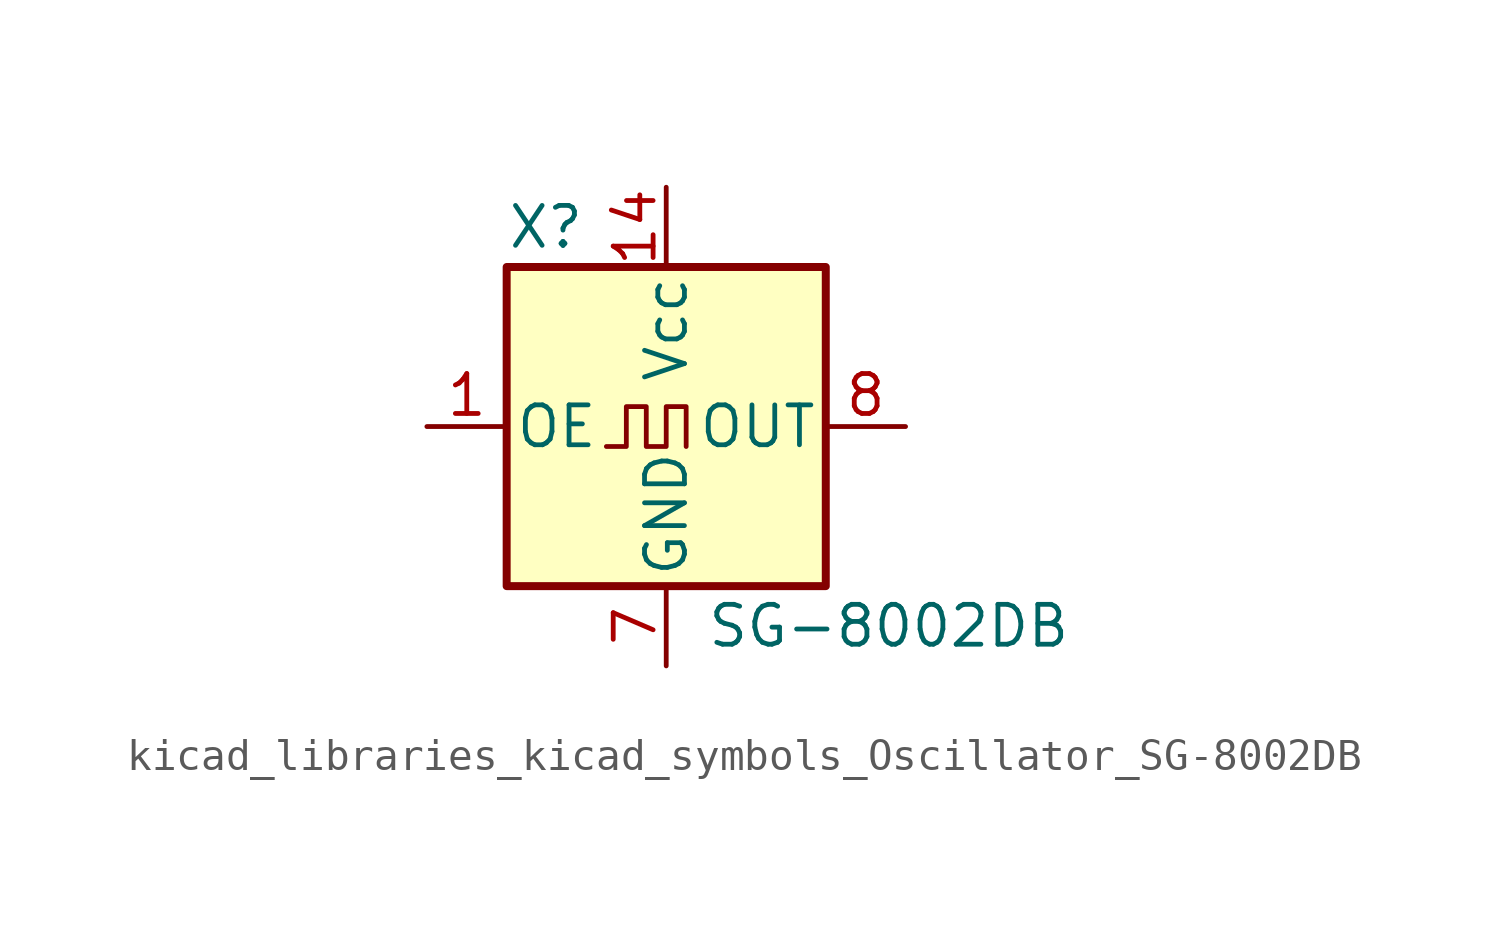
<source format=kicad_sym>
(kicad_symbol_lib
  (version 20220914)
  (generator kicad_symbol_editor)
  (symbol "kicad_libraries_kicad_symbols_Oscillator_SG-8002DB"
    (pin_names
      (offset 0.254))
    (property "Reference" "X"
      (at -5.08 6.35 0)
      (effects (font (size 1.27 1.27)) (justify left)))
    (property "Value" "SG-8002DB"
      (at 1.27 -6.35 0)
      (effects (font (size 1.27 1.27)) (justify left)))
    (symbol "kicad_libraries_kicad_symbols_Oscillator_SG-8002DB_0_1"
      (rectangle (start -5.08 5.08) (end 5.08 -5.08) (stroke (width 0.254) (type default)) (fill (type background)))
      (polyline (pts (xy -1.905 -0.635) (xy -1.27 -0.635) (xy -1.27 0.635) (xy -0.635 0.635) (xy -0.635 -0.635) (xy 0 -0.635) (xy 0 0.635) (xy 0.635 0.635) (xy 0.635 -0.635)) (stroke (width 0) (type default)) (fill (type none))))
    (symbol "kicad_libraries_kicad_symbols_Oscillator_SG-8002DB_1_1"
      (pin input line (at -7.62 0 0) (length 2.54) (name "OE" (effects (font (size 1.27 1.27)))) (number "1" (effects (font (size 1.27 1.27)))))
      (pin power_in line (at 0 7.62 270) (length 2.54) (name "Vcc" (effects (font (size 1.27 1.27)))) (number "14" (effects (font (size 1.27 1.27)))))
      (pin power_in line (at 0 -7.62 90) (length 2.54) (name "GND" (effects (font (size 1.27 1.27)))) (number "7" (effects (font (size 1.27 1.27)))))
      (pin output line (at 7.62 0 180) (length 2.54) (name "OUT" (effects (font (size 1.27 1.27)))) (number "8" (effects (font (size 1.27 1.27))))))))
</source>
